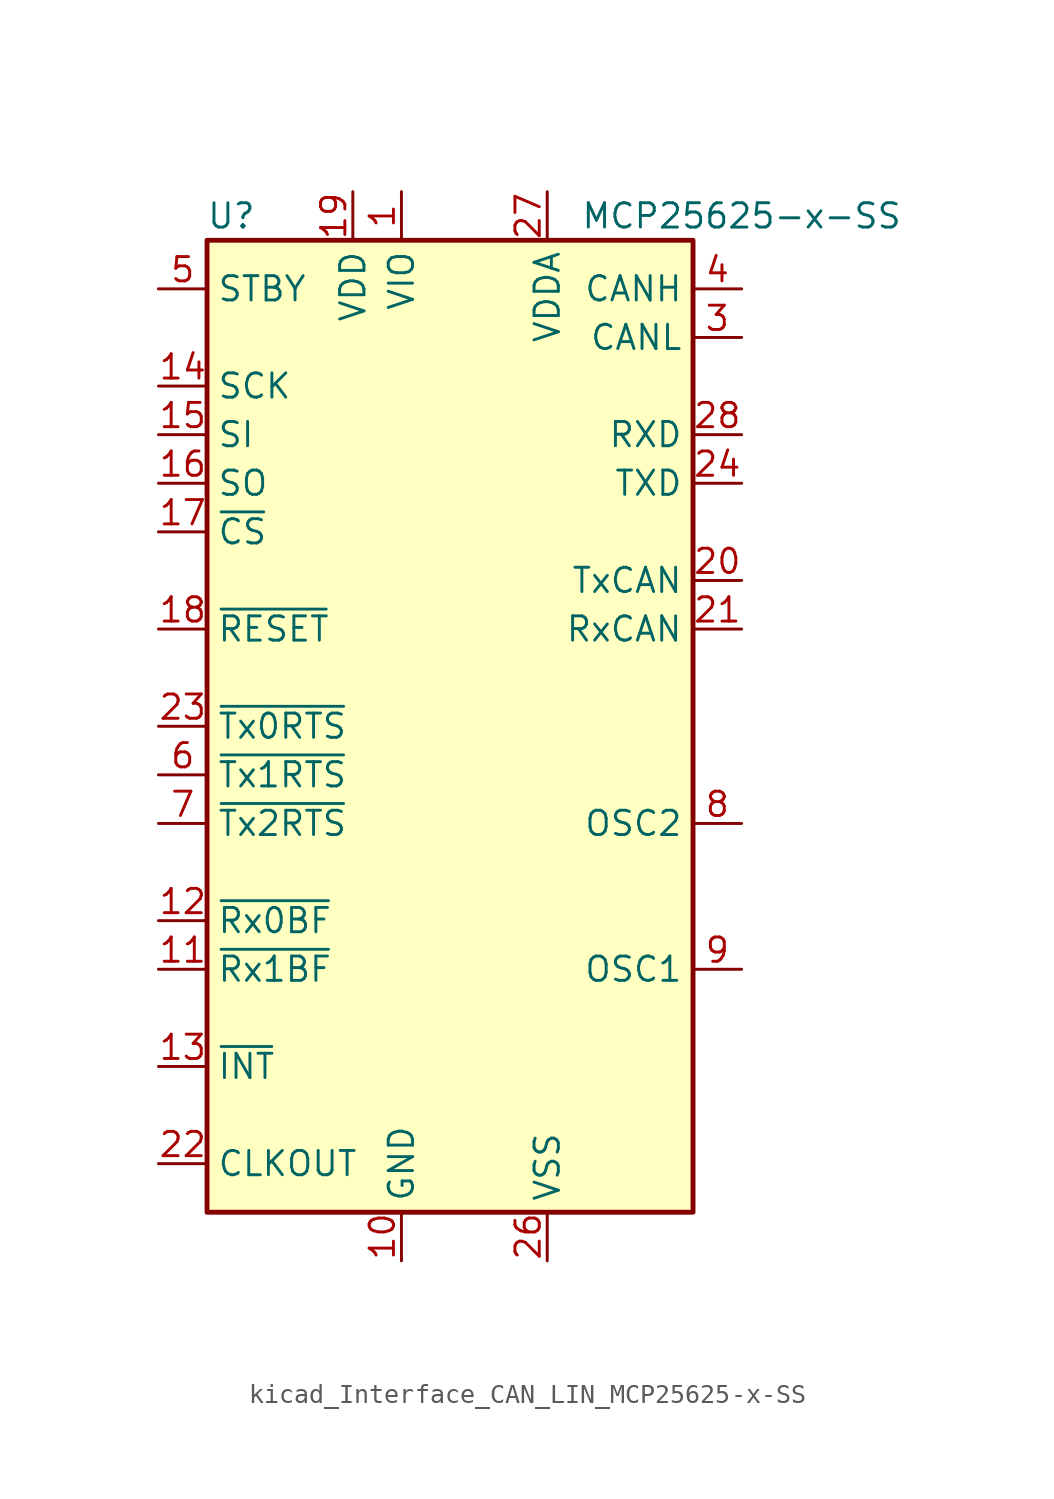
<source format=kicad_sym>
(kicad_symbol_lib
  (version 20220914)
  (generator kicad_symbol_editor)
  (symbol "kicad_Interface_CAN_LIN_MCP25625-x-SS"
    (property "Reference" "U"
      (at -11.43 26.67 0)
      (effects (font (size 1.27 1.27))))
    (property "Value" "MCP25625-x-SS"
      (at 15.24 26.67 0)
      (effects (font (size 1.27 1.27))))
    (symbol "kicad_Interface_CAN_LIN_MCP25625-x-SS_0_1"
      (rectangle (start -12.7 25.4) (end 12.7 -25.4) (stroke (width 0.254) (type default)) (fill (type background))))
    (symbol "kicad_Interface_CAN_LIN_MCP25625-x-SS_1_1"
      (pin power_in line (at -2.54 27.94 270) (length 2.54) (name "VIO" (effects (font (size 1.27 1.27)))) (number "1" (effects (font (size 1.27 1.27)))))
      (pin power_in line (at -2.54 -27.94 90) (length 2.54) (name "GND" (effects (font (size 1.27 1.27)))) (number "10" (effects (font (size 1.27 1.27)))))
      (pin output line (at -15.24 -12.7 0) (length 2.54) (name "~{Rx1BF}" (effects (font (size 1.27 1.27)))) (number "11" (effects (font (size 1.27 1.27)))))
      (pin output line (at -15.24 -10.16 0) (length 2.54) (name "~{Rx0BF}" (effects (font (size 1.27 1.27)))) (number "12" (effects (font (size 1.27 1.27)))))
      (pin output line (at -15.24 -17.78 0) (length 2.54) (name "~{INT}" (effects (font (size 1.27 1.27)))) (number "13" (effects (font (size 1.27 1.27)))))
      (pin input line (at -15.24 17.78 0) (length 2.54) (name "SCK" (effects (font (size 1.27 1.27)))) (number "14" (effects (font (size 1.27 1.27)))))
      (pin input line (at -15.24 15.24 0) (length 2.54) (name "SI" (effects (font (size 1.27 1.27)))) (number "15" (effects (font (size 1.27 1.27)))))
      (pin output line (at -15.24 12.7 0) (length 2.54) (name "SO" (effects (font (size 1.27 1.27)))) (number "16" (effects (font (size 1.27 1.27)))))
      (pin input line (at -15.24 10.16 0) (length 2.54) (name "~{CS}" (effects (font (size 1.27 1.27)))) (number "17" (effects (font (size 1.27 1.27)))))
      (pin input line (at -15.24 5.08 0) (length 2.54) (name "~{RESET}" (effects (font (size 1.27 1.27)))) (number "18" (effects (font (size 1.27 1.27)))))
      (pin power_in line (at -5.08 27.94 270) (length 2.54) (name "VDD" (effects (font (size 1.27 1.27)))) (number "19" (effects (font (size 1.27 1.27)))))
      (pin no_connect line (at 12.7 -15.24 180) (length 2.54) hide (name "NC" (effects (font (size 1.27 1.27)))) (number "2" (effects (font (size 1.27 1.27)))))
      (pin output line (at 15.24 7.62 180) (length 2.54) (name "TxCAN" (effects (font (size 1.27 1.27)))) (number "20" (effects (font (size 1.27 1.27)))))
      (pin input line (at 15.24 5.08 180) (length 2.54) (name "RxCAN" (effects (font (size 1.27 1.27)))) (number "21" (effects (font (size 1.27 1.27)))))
      (pin output line (at -15.24 -22.86 0) (length 2.54) (name "CLKOUT" (effects (font (size 1.27 1.27)))) (number "22" (effects (font (size 1.27 1.27)))))
      (pin input line (at -15.24 0 0) (length 2.54) (name "~{Tx0RTS}" (effects (font (size 1.27 1.27)))) (number "23" (effects (font (size 1.27 1.27)))))
      (pin input line (at 15.24 12.7 180) (length 2.54) (name "TXD" (effects (font (size 1.27 1.27)))) (number "24" (effects (font (size 1.27 1.27)))))
      (pin no_connect line (at 12.7 -17.78 180) (length 2.54) hide (name "NC" (effects (font (size 1.27 1.27)))) (number "25" (effects (font (size 1.27 1.27)))))
      (pin power_in line (at 5.08 -27.94 90) (length 2.54) (name "VSS" (effects (font (size 1.27 1.27)))) (number "26" (effects (font (size 1.27 1.27)))))
      (pin power_in line (at 5.08 27.94 270) (length 2.54) (name "VDDA" (effects (font (size 1.27 1.27)))) (number "27" (effects (font (size 1.27 1.27)))))
      (pin output line (at 15.24 15.24 180) (length 2.54) (name "RXD" (effects (font (size 1.27 1.27)))) (number "28" (effects (font (size 1.27 1.27)))))
      (pin bidirectional line (at 15.24 20.32 180) (length 2.54) (name "CANL" (effects (font (size 1.27 1.27)))) (number "3" (effects (font (size 1.27 1.27)))))
      (pin bidirectional line (at 15.24 22.86 180) (length 2.54) (name "CANH" (effects (font (size 1.27 1.27)))) (number "4" (effects (font (size 1.27 1.27)))))
      (pin input line (at -15.24 22.86 0) (length 2.54) (name "STBY" (effects (font (size 1.27 1.27)))) (number "5" (effects (font (size 1.27 1.27)))))
      (pin input line (at -15.24 -2.54 0) (length 2.54) (name "~{Tx1RTS}" (effects (font (size 1.27 1.27)))) (number "6" (effects (font (size 1.27 1.27)))))
      (pin input line (at -15.24 -5.08 0) (length 2.54) (name "~{Tx2RTS}" (effects (font (size 1.27 1.27)))) (number "7" (effects (font (size 1.27 1.27)))))
      (pin output line (at 15.24 -5.08 180) (length 2.54) (name "OSC2" (effects (font (size 1.27 1.27)))) (number "8" (effects (font (size 1.27 1.27)))))
      (pin input line (at 15.24 -12.7 180) (length 2.54) (name "OSC1" (effects (font (size 1.27 1.27)))) (number "9" (effects (font (size 1.27 1.27))))))))
</source>
